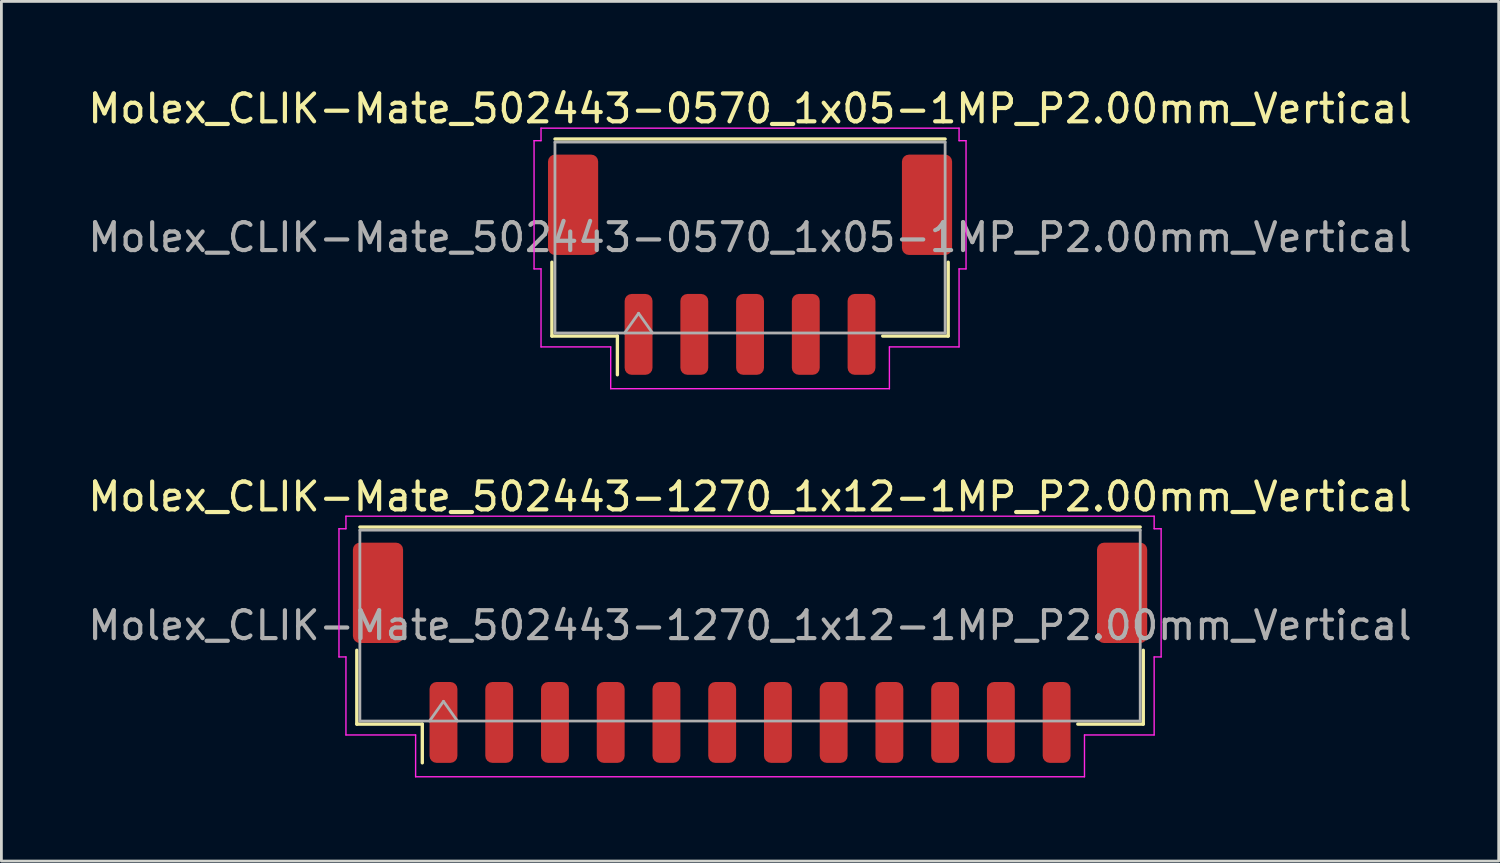
<source format=kicad_pcb>
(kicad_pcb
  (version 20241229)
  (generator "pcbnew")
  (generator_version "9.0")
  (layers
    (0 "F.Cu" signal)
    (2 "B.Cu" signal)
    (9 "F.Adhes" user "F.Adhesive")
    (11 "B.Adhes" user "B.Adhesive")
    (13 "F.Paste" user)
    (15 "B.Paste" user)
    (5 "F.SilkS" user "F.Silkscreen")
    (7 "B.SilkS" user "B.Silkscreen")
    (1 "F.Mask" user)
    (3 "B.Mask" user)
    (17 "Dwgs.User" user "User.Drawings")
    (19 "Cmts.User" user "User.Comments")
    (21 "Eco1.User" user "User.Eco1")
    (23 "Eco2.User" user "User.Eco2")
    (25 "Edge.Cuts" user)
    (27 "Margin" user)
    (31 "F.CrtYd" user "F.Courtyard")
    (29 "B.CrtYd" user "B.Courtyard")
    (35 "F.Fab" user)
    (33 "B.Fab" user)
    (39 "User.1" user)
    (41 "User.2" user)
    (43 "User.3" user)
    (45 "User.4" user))
  (footprint "Molex_CLIK-Mate_502443-0570_1x05-1MP_P2.00mm_Vertical"
    (layer "F.Cu")
    (at 23.863 6.448)
    (property "Reference" "Molex_CLIK-Mate_502443-0570_1x05-1MP_P2.00mm_Vertical" (at 0 -5.6 0) (layer "F.SilkS") (effects (font (size 1 1) (thickness 0.15))))
    (attr smd)
    (fp_line (start -7.11 -0.09) (end -7.11 2.56) (stroke (width 0.12) (type solid)) (layer "F.SilkS"))
    (fp_line (start -7.11 2.56) (end -4.76 2.56) (stroke (width 0.12) (type solid)) (layer "F.SilkS"))
    (fp_line (start -7 -4.51) (end 7 -4.51) (stroke (width 0.12) (type solid)) (layer "F.SilkS"))
    (fp_line (start -4.76 2.56) (end -4.76 3.95) (stroke (width 0.12) (type solid)) (layer "F.SilkS"))
    (fp_line (start 7.11 -0.09) (end 7.11 2.56) (stroke (width 0.12) (type solid)) (layer "F.SilkS"))
    (fp_line (start 7.11 2.56) (end 4.76 2.56) (stroke (width 0.12) (type solid)) (layer "F.SilkS"))
    (fp_line (start -7.75 -4.45) (end -7.5 -4.45) (stroke (width 0.05) (type solid)) (layer "F.CrtYd"))
    (fp_line (start -7.75 0.15) (end -7.75 -4.45) (stroke (width 0.05) (type solid)) (layer "F.CrtYd"))
    (fp_line (start -7.5 -4.9) (end 7.5 -4.9) (stroke (width 0.05) (type solid)) (layer "F.CrtYd"))
    (fp_line (start -7.5 -4.45) (end -7.5 -4.9) (stroke (width 0.05) (type solid)) (layer "F.CrtYd"))
    (fp_line (start -7.5 0.15) (end -7.75 0.15) (stroke (width 0.05) (type solid)) (layer "F.CrtYd"))
    (fp_line (start -7.5 2.95) (end -7.5 0.15) (stroke (width 0.05) (type solid)) (layer "F.CrtYd"))
    (fp_line (start -5 2.95) (end -7.5 2.95) (stroke (width 0.05) (type solid)) (layer "F.CrtYd"))
    (fp_line (start -5 4.45) (end -5 2.95) (stroke (width 0.05) (type solid)) (layer "F.CrtYd"))
    (fp_line (start 5 2.95) (end 5 4.45) (stroke (width 0.05) (type solid)) (layer "F.CrtYd"))
    (fp_line (start 5 4.45) (end -5 4.45) (stroke (width 0.05) (type solid)) (layer "F.CrtYd"))
    (fp_line (start 7.5 -4.9) (end 7.5 -4.45) (stroke (width 0.05) (type solid)) (layer "F.CrtYd"))
    (fp_line (start 7.5 -4.45) (end 7.75 -4.45) (stroke (width 0.05) (type solid)) (layer "F.CrtYd"))
    (fp_line (start 7.5 0.15) (end 7.5 2.95) (stroke (width 0.05) (type solid)) (layer "F.CrtYd"))
    (fp_line (start 7.5 2.95) (end 5 2.95) (stroke (width 0.05) (type solid)) (layer "F.CrtYd"))
    (fp_line (start 7.75 -4.45) (end 7.75 0.15) (stroke (width 0.05) (type solid)) (layer "F.CrtYd"))
    (fp_line (start 7.75 0.15) (end 7.5 0.15) (stroke (width 0.05) (type solid)) (layer "F.CrtYd"))
    (fp_line (start -7 -4.4) (end 7 -4.4) (stroke (width 0.1) (type solid)) (layer "F.Fab"))
    (fp_line (start -7 2.45) (end -7 -4.4) (stroke (width 0.1) (type solid)) (layer "F.Fab"))
    (fp_line (start -7 2.45) (end 7 2.45) (stroke (width 0.1) (type solid)) (layer "F.Fab"))
    (fp_line (start -4.5 2.45) (end -4 1.743) (stroke (width 0.1) (type solid)) (layer "F.Fab"))
    (fp_line (start -4 1.743) (end -3.5 2.45) (stroke (width 0.1) (type solid)) (layer "F.Fab"))
    (fp_line (start 7 2.45) (end 7 -4.4) (stroke (width 0.1) (type solid)) (layer "F.Fab"))
    (fp_text user "${REFERENCE}" (at 0 -0.98 0) (layer "F.Fab") (effects (font (size 1 1) (thickness 0.15))))
    (pad "1" smd roundrect (at -4 2.5) (size 1 2.9) (layers "F.Cu" "F.Mask" "F.Paste") (roundrect_rratio 0.25))
    (pad "2" smd roundrect (at -2 2.5) (size 1 2.9) (layers "F.Cu" "F.Mask" "F.Paste") (roundrect_rratio 0.25))
    (pad "3" smd roundrect (at 0 2.5) (size 1 2.9) (layers "F.Cu" "F.Mask" "F.Paste") (roundrect_rratio 0.25))
    (pad "4" smd roundrect (at 2 2.5) (size 1 2.9) (layers "F.Cu" "F.Mask" "F.Paste") (roundrect_rratio 0.25))
    (pad "5" smd roundrect (at 4 2.5) (size 1 2.9) (layers "F.Cu" "F.Mask" "F.Paste") (roundrect_rratio 0.25))
    (pad "MP" smd roundrect (at -6.35 -2.15) (size 1.8 3.6) (layers "F.Cu" "F.Mask" "F.Paste") (roundrect_rratio 0.139))
    (pad "MP" smd roundrect (at 6.35 -2.15) (size 1.8 3.6) (layers "F.Cu" "F.Mask" "F.Paste") (roundrect_rratio 0.139)))
  (footprint "Molex_CLIK-Mate_502443-1270_1x12-1MP_P2.00mm_Vertical"
    (layer "F.Cu")
    (at 23.863 20.372)
    (property "Reference" "Molex_CLIK-Mate_502443-1270_1x12-1MP_P2.00mm_Vertical" (at 0 -5.6 0) (layer "F.SilkS") (effects (font (size 1 1) (thickness 0.15))))
    (attr smd)
    (fp_line (start -14.11 -0.09) (end -14.11 2.56) (stroke (width 0.12) (type solid)) (layer "F.SilkS"))
    (fp_line (start -14.11 2.56) (end -11.76 2.56) (stroke (width 0.12) (type solid)) (layer "F.SilkS"))
    (fp_line (start -14 -4.51) (end 14 -4.51) (stroke (width 0.12) (type solid)) (layer "F.SilkS"))
    (fp_line (start -11.76 2.56) (end -11.76 3.95) (stroke (width 0.12) (type solid)) (layer "F.SilkS"))
    (fp_line (start 14.11 -0.09) (end 14.11 2.56) (stroke (width 0.12) (type solid)) (layer "F.SilkS"))
    (fp_line (start 14.11 2.56) (end 11.76 2.56) (stroke (width 0.12) (type solid)) (layer "F.SilkS"))
    (fp_line (start -14.75 -4.45) (end -14.5 -4.45) (stroke (width 0.05) (type solid)) (layer "F.CrtYd"))
    (fp_line (start -14.75 0.15) (end -14.75 -4.45) (stroke (width 0.05) (type solid)) (layer "F.CrtYd"))
    (fp_line (start -14.5 -4.9) (end 14.5 -4.9) (stroke (width 0.05) (type solid)) (layer "F.CrtYd"))
    (fp_line (start -14.5 -4.45) (end -14.5 -4.9) (stroke (width 0.05) (type solid)) (layer "F.CrtYd"))
    (fp_line (start -14.5 0.15) (end -14.75 0.15) (stroke (width 0.05) (type solid)) (layer "F.CrtYd"))
    (fp_line (start -14.5 2.95) (end -14.5 0.15) (stroke (width 0.05) (type solid)) (layer "F.CrtYd"))
    (fp_line (start -12 2.95) (end -14.5 2.95) (stroke (width 0.05) (type solid)) (layer "F.CrtYd"))
    (fp_line (start -12 4.45) (end -12 2.95) (stroke (width 0.05) (type solid)) (layer "F.CrtYd"))
    (fp_line (start 12 2.95) (end 12 4.45) (stroke (width 0.05) (type solid)) (layer "F.CrtYd"))
    (fp_line (start 12 4.45) (end -12 4.45) (stroke (width 0.05) (type solid)) (layer "F.CrtYd"))
    (fp_line (start 14.5 -4.9) (end 14.5 -4.45) (stroke (width 0.05) (type solid)) (layer "F.CrtYd"))
    (fp_line (start 14.5 -4.45) (end 14.75 -4.45) (stroke (width 0.05) (type solid)) (layer "F.CrtYd"))
    (fp_line (start 14.5 0.15) (end 14.5 2.95) (stroke (width 0.05) (type solid)) (layer "F.CrtYd"))
    (fp_line (start 14.5 2.95) (end 12 2.95) (stroke (width 0.05) (type solid)) (layer "F.CrtYd"))
    (fp_line (start 14.75 -4.45) (end 14.75 0.15) (stroke (width 0.05) (type solid)) (layer "F.CrtYd"))
    (fp_line (start 14.75 0.15) (end 14.5 0.15) (stroke (width 0.05) (type solid)) (layer "F.CrtYd"))
    (fp_line (start -14 -4.4) (end 14 -4.4) (stroke (width 0.1) (type solid)) (layer "F.Fab"))
    (fp_line (start -14 2.45) (end -14 -4.4) (stroke (width 0.1) (type solid)) (layer "F.Fab"))
    (fp_line (start -14 2.45) (end 14 2.45) (stroke (width 0.1) (type solid)) (layer "F.Fab"))
    (fp_line (start -11.5 2.45) (end -11 1.743) (stroke (width 0.1) (type solid)) (layer "F.Fab"))
    (fp_line (start -11 1.743) (end -10.5 2.45) (stroke (width 0.1) (type solid)) (layer "F.Fab"))
    (fp_line (start 14 2.45) (end 14 -4.4) (stroke (width 0.1) (type solid)) (layer "F.Fab"))
    (fp_text user "${REFERENCE}" (at 0 -0.98 0) (layer "F.Fab") (effects (font (size 1 1) (thickness 0.15))))
    (pad "1" smd roundrect (at -11 2.5) (size 1 2.9) (layers "F.Cu" "F.Mask" "F.Paste") (roundrect_rratio 0.25))
    (pad "2" smd roundrect (at -9 2.5) (size 1 2.9) (layers "F.Cu" "F.Mask" "F.Paste") (roundrect_rratio 0.25))
    (pad "3" smd roundrect (at -7 2.5) (size 1 2.9) (layers "F.Cu" "F.Mask" "F.Paste") (roundrect_rratio 0.25))
    (pad "4" smd roundrect (at -5 2.5) (size 1 2.9) (layers "F.Cu" "F.Mask" "F.Paste") (roundrect_rratio 0.25))
    (pad "5" smd roundrect (at -3 2.5) (size 1 2.9) (layers "F.Cu" "F.Mask" "F.Paste") (roundrect_rratio 0.25))
    (pad "6" smd roundrect (at -1 2.5) (size 1 2.9) (layers "F.Cu" "F.Mask" "F.Paste") (roundrect_rratio 0.25))
    (pad "7" smd roundrect (at 1 2.5) (size 1 2.9) (layers "F.Cu" "F.Mask" "F.Paste") (roundrect_rratio 0.25))
    (pad "8" smd roundrect (at 3 2.5) (size 1 2.9) (layers "F.Cu" "F.Mask" "F.Paste") (roundrect_rratio 0.25))
    (pad "9" smd roundrect (at 5 2.5) (size 1 2.9) (layers "F.Cu" "F.Mask" "F.Paste") (roundrect_rratio 0.25))
    (pad "10" smd roundrect (at 7 2.5) (size 1 2.9) (layers "F.Cu" "F.Mask" "F.Paste") (roundrect_rratio 0.25))
    (pad "11" smd roundrect (at 9 2.5) (size 1 2.9) (layers "F.Cu" "F.Mask" "F.Paste") (roundrect_rratio 0.25))
    (pad "12" smd roundrect (at 11 2.5) (size 1 2.9) (layers "F.Cu" "F.Mask" "F.Paste") (roundrect_rratio 0.25))
    (pad "MP" smd roundrect (at -13.35 -2.15) (size 1.8 3.6) (layers "F.Cu" "F.Mask" "F.Paste") (roundrect_rratio 0.139))
    (pad "MP" smd roundrect (at 13.35 -2.15) (size 1.8 3.6) (layers "F.Cu" "F.Mask" "F.Paste") (roundrect_rratio 0.139)))
  (gr_rect
    (start -3 -3)
    (end 50.726 27.846)
    (stroke (width 0.1) (type default))
    (fill no)
    (layer "Edge.Cuts")))
</source>
